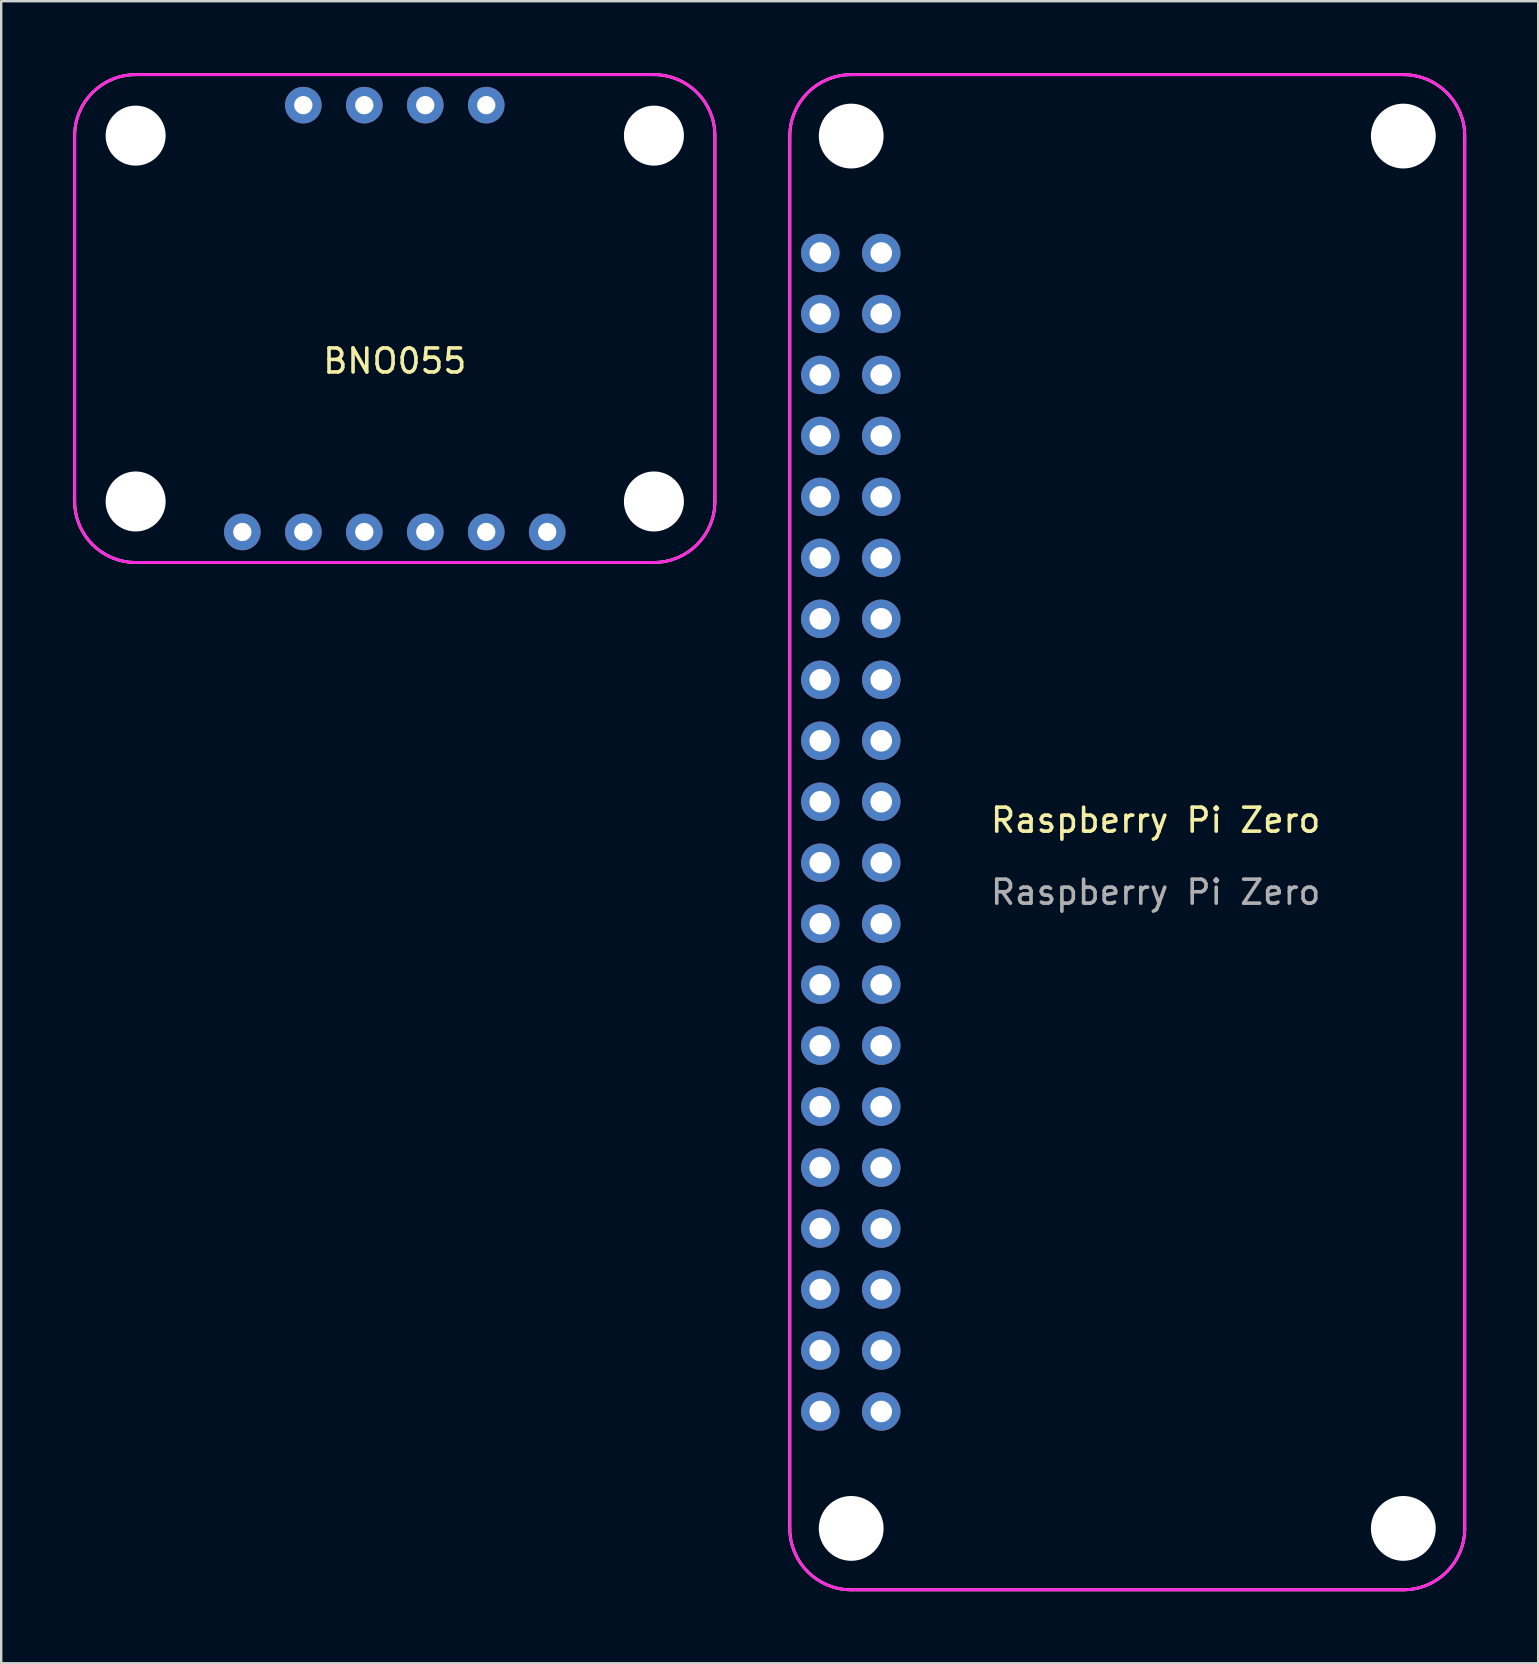
<source format=kicad_pcb>
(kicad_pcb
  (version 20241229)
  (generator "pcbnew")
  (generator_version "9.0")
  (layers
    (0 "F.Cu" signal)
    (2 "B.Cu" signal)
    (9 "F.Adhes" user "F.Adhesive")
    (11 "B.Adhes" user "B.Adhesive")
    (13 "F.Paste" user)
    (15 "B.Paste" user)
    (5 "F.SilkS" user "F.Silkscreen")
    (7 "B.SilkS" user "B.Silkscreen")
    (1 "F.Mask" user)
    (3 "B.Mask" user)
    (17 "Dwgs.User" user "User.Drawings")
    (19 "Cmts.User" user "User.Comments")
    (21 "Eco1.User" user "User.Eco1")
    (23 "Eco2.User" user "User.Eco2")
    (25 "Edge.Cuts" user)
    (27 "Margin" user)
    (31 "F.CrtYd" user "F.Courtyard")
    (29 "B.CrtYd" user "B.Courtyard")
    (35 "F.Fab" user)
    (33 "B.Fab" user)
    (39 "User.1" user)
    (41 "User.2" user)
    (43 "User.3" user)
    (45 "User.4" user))
  (footprint "Raspberry Pi Zero"
    (layer "F.Cu")
    (at 45.09 31.618)
    (property "Reference" "Raspberry Pi Zero" (at 0 -0.5 0) (unlocked yes) (layer "F.SilkS") (effects (font (size 1 1) (thickness 0.15))))
    (attr through_hole)
    (fp_line (start -15.24 29) (end -15.24 -29) (stroke (width 0.12) (type solid)) (layer "F.SilkS"))
    (fp_line (start -12.682 31.558) (end 10.318 31.558) (stroke (width 0.12) (type solid)) (layer "F.SilkS"))
    (fp_line (start 10.318 -31.558) (end -12.682 -31.558) (stroke (width 0.12) (type solid)) (layer "F.SilkS"))
    (fp_line (start 12.876 29) (end 12.876 -29) (stroke (width 0.12) (type solid)) (layer "F.SilkS"))
    (fp_arc (start -15.24 -29) (mid -14.490779 -30.808779) (end -12.682 -31.558) (stroke (width 0.12) (type solid)) (layer "F.SilkS"))
    (fp_arc (start -12.682 31.558) (mid -14.490779 30.808779) (end -15.24 29) (stroke (width 0.12) (type solid)) (layer "F.SilkS"))
    (fp_arc (start 10.318 -31.558) (mid 12.126779 -30.808779) (end 12.876 -29) (stroke (width 0.12) (type solid)) (layer "F.SilkS"))
    (fp_arc (start 12.876 29) (mid 12.126779 30.808779) (end 10.318 31.558) (stroke (width 0.12) (type solid)) (layer "F.SilkS"))
    (fp_line (start -15.24 29) (end -15.24 -29) (stroke (width 0.12) (type solid)) (layer "F.CrtYd"))
    (fp_line (start -12.682 31.558) (end 10.318 31.558) (stroke (width 0.12) (type solid)) (layer "F.CrtYd"))
    (fp_line (start 10.318 -31.558) (end -12.682 -31.558) (stroke (width 0.12) (type solid)) (layer "F.CrtYd"))
    (fp_line (start 12.876 29) (end 12.876 -29) (stroke (width 0.12) (type solid)) (layer "F.CrtYd"))
    (fp_arc (start -15.24 -29) (mid -14.490779 -30.808779) (end -12.682 -31.558) (stroke (width 0.12) (type solid)) (layer "F.CrtYd"))
    (fp_arc (start -12.682 31.558) (mid -14.490779 30.808779) (end -15.24 29) (stroke (width 0.12) (type solid)) (layer "F.CrtYd"))
    (fp_arc (start 10.318 -31.558) (mid 12.126779 -30.808779) (end 12.876 -29) (stroke (width 0.12) (type solid)) (layer "F.CrtYd"))
    (fp_arc (start 12.876 29) (mid 12.126779 30.808779) (end 10.318 31.558) (stroke (width 0.12) (type solid)) (layer "F.CrtYd"))
    (fp_text user "${REFERENCE}" (at 0 2.5 0) (unlocked yes) (layer "F.Fab") (effects (font (size 1 1) (thickness 0.15))))
    (pad "" np_thru_hole circle (at -12.682 -29) (size 2.7 2.7) (drill 2.7) (layers "*.Cu" "*.Mask"))
    (pad "" np_thru_hole circle (at -12.682 29) (size 2.7 2.7) (drill 2.7) (layers "*.Cu" "*.Mask"))
    (pad "" np_thru_hole circle (at 10.318 -29) (size 2.7 2.7) (drill 2.7) (layers "*.Cu" "*.Mask"))
    (pad "" np_thru_hole circle (at 10.318 29) (size 2.7 2.7) (drill 2.7) (layers "*.Cu" "*.Mask"))
    (pad "1" thru_hole circle (at -11.43 24.13) (size 1.6 1.6) (drill 0.9) (layers "*.Cu" "*.Mask"))
    (pad "2" thru_hole circle (at -13.97 24.13) (size 1.6 1.6) (drill 0.9) (layers "*.Cu" "*.Mask"))
    (pad "3" thru_hole circle (at -11.43 21.59) (size 1.6 1.6) (drill 0.9) (layers "*.Cu" "*.Mask"))
    (pad "4" thru_hole circle (at -13.97 21.59) (size 1.6 1.6) (drill 0.9) (layers "*.Cu" "*.Mask"))
    (pad "5" thru_hole circle (at -11.43 19.05) (size 1.6 1.6) (drill 0.9) (layers "*.Cu" "*.Mask"))
    (pad "6" thru_hole circle (at -13.97 19.05) (size 1.6 1.6) (drill 0.9) (layers "*.Cu" "*.Mask"))
    (pad "7" thru_hole circle (at -11.43 16.51) (size 1.6 1.6) (drill 0.9) (layers "*.Cu" "*.Mask"))
    (pad "8" thru_hole circle (at -13.97 16.51) (size 1.6 1.6) (drill 0.9) (layers "*.Cu" "*.Mask"))
    (pad "9" thru_hole circle (at -11.43 13.97) (size 1.6 1.6) (drill 0.9) (layers "*.Cu" "*.Mask"))
    (pad "10" thru_hole circle (at -13.97 13.97) (size 1.6 1.6) (drill 0.9) (layers "*.Cu" "*.Mask"))
    (pad "11" thru_hole circle (at -11.43 11.43) (size 1.6 1.6) (drill 0.9) (layers "*.Cu" "*.Mask"))
    (pad "12" thru_hole circle (at -13.97 11.43) (size 1.6 1.6) (drill 0.9) (layers "*.Cu" "*.Mask"))
    (pad "13" thru_hole circle (at -11.43 8.89) (size 1.6 1.6) (drill 0.9) (layers "*.Cu" "*.Mask"))
    (pad "14" thru_hole circle (at -13.97 8.89) (size 1.6 1.6) (drill 0.9) (layers "*.Cu" "*.Mask"))
    (pad "15" thru_hole circle (at -11.43 6.35) (size 1.6 1.6) (drill 0.9) (layers "*.Cu" "*.Mask"))
    (pad "16" thru_hole circle (at -13.97 6.35) (size 1.6 1.6) (drill 0.9) (layers "*.Cu" "*.Mask"))
    (pad "17" thru_hole circle (at -11.43 3.81) (size 1.6 1.6) (drill 0.9) (layers "*.Cu" "*.Mask"))
    (pad "18" thru_hole circle (at -13.97 3.81) (size 1.6 1.6) (drill 0.9) (layers "*.Cu" "*.Mask"))
    (pad "19" thru_hole circle (at -11.43 1.27) (size 1.6 1.6) (drill 0.9) (layers "*.Cu" "*.Mask"))
    (pad "20" thru_hole circle (at -13.97 1.27) (size 1.6 1.6) (drill 0.9) (layers "*.Cu" "*.Mask"))
    (pad "21" thru_hole circle (at -11.43 -1.27) (size 1.6 1.6) (drill 0.9) (layers "*.Cu" "*.Mask"))
    (pad "22" thru_hole circle (at -13.97 -1.27) (size 1.6 1.6) (drill 0.9) (layers "*.Cu" "*.Mask"))
    (pad "23" thru_hole circle (at -11.43 -3.81) (size 1.6 1.6) (drill 0.9) (layers "*.Cu" "*.Mask"))
    (pad "24" thru_hole circle (at -13.97 -3.81) (size 1.6 1.6) (drill 0.9) (layers "*.Cu" "*.Mask"))
    (pad "25" thru_hole circle (at -11.43 -6.35) (size 1.6 1.6) (drill 0.9) (layers "*.Cu" "*.Mask"))
    (pad "26" thru_hole circle (at -13.97 -6.35) (size 1.6 1.6) (drill 0.9) (layers "*.Cu" "*.Mask"))
    (pad "27" thru_hole circle (at -11.43 -8.89) (size 1.6 1.6) (drill 0.9) (layers "*.Cu" "*.Mask"))
    (pad "28" thru_hole circle (at -13.97 -8.89) (size 1.6 1.6) (drill 0.9) (layers "*.Cu" "*.Mask"))
    (pad "29" thru_hole circle (at -11.43 -11.43) (size 1.6 1.6) (drill 0.9) (layers "*.Cu" "*.Mask"))
    (pad "30" thru_hole circle (at -13.97 -11.43) (size 1.6 1.6) (drill 0.9) (layers "*.Cu" "*.Mask"))
    (pad "31" thru_hole circle (at -11.43 -13.97) (size 1.6 1.6) (drill 0.9) (layers "*.Cu" "*.Mask"))
    (pad "32" thru_hole circle (at -13.97 -13.97) (size 1.6 1.6) (drill 0.9) (layers "*.Cu" "*.Mask"))
    (pad "33" thru_hole circle (at -11.43 -16.51) (size 1.6 1.6) (drill 0.9) (layers "*.Cu" "*.Mask"))
    (pad "34" thru_hole circle (at -13.97 -16.51) (size 1.6 1.6) (drill 0.9) (layers "*.Cu" "*.Mask"))
    (pad "35" thru_hole circle (at -11.43 -19.05) (size 1.6 1.6) (drill 0.9) (layers "*.Cu" "*.Mask"))
    (pad "36" thru_hole circle (at -13.97 -19.05) (size 1.6 1.6) (drill 0.9) (layers "*.Cu" "*.Mask"))
    (pad "37" thru_hole circle (at -11.43 -21.59) (size 1.6 1.6) (drill 0.9) (layers "*.Cu" "*.Mask"))
    (pad "38" thru_hole circle (at -13.97 -21.59) (size 1.6 1.6) (drill 0.9) (layers "*.Cu" "*.Mask"))
    (pad "39" thru_hole circle (at -11.43 -24.13) (size 1.6 1.6) (drill 0.9) (layers "*.Cu" "*.Mask"))
    (pad "40" thru_hole circle (at -13.97 -24.13) (size 1.6 1.6) (drill 0.9) (layers "*.Cu" "*.Mask")))
  (footprint "BNO055"
    (layer "F.Cu")
    (at 13.395 10.22)
    (property "Reference" "BNO055" (at 0 1.77 0) (layer "F.SilkS") (effects (font (size 1 1) (thickness 0.15))))
    (attr through_hole)
    (fp_line (start -13.335 7.62) (end -13.335 -7.62) (stroke (width 0.12) (type solid)) (layer "F.SilkS"))
    (fp_line (start -10.795 -10.16) (end 10.795 -10.16) (stroke (width 0.12) (type solid)) (layer "F.SilkS"))
    (fp_line (start 10.795 10.16) (end -10.795 10.16) (stroke (width 0.12) (type solid)) (layer "F.SilkS"))
    (fp_line (start 13.335 -7.62) (end 13.335 7.62) (stroke (width 0.12) (type solid)) (layer "F.SilkS"))
    (fp_arc (start -13.335 -7.62) (mid -12.591051 -9.416051) (end -10.795 -10.16) (stroke (width 0.12) (type solid)) (layer "F.SilkS"))
    (fp_arc (start -10.795 10.16) (mid -12.591051 9.416051) (end -13.335 7.62) (stroke (width 0.12) (type solid)) (layer "F.SilkS"))
    (fp_arc (start 10.795 -10.16) (mid 12.591051 -9.416051) (end 13.335 -7.62) (stroke (width 0.12) (type solid)) (layer "F.SilkS"))
    (fp_arc (start 13.335 7.62) (mid 12.591051 9.416051) (end 10.795 10.16) (stroke (width 0.12) (type solid)) (layer "F.SilkS"))
    (fp_line (start -13.335 7.62) (end -13.335 -7.62) (stroke (width 0.12) (type solid)) (layer "F.CrtYd"))
    (fp_line (start -10.795 -10.16) (end 10.795 -10.16) (stroke (width 0.12) (type solid)) (layer "F.CrtYd"))
    (fp_line (start 10.795 10.16) (end -10.795 10.16) (stroke (width 0.12) (type solid)) (layer "F.CrtYd"))
    (fp_line (start 13.335 -7.62) (end 13.335 7.62) (stroke (width 0.12) (type solid)) (layer "F.CrtYd"))
    (fp_arc (start -13.335 -7.62) (mid -12.591051 -9.416051) (end -10.795 -10.16) (stroke (width 0.12) (type solid)) (layer "F.CrtYd"))
    (fp_arc (start -10.795 10.16) (mid -12.591051 9.416051) (end -13.335 7.62) (stroke (width 0.12) (type solid)) (layer "F.CrtYd"))
    (fp_arc (start 10.795 -10.16) (mid 12.591051 -9.416051) (end 13.335 -7.62) (stroke (width 0.12) (type solid)) (layer "F.CrtYd"))
    (fp_arc (start 13.335 7.62) (mid 12.591051 9.416051) (end 10.795 10.16) (stroke (width 0.12) (type solid)) (layer "F.CrtYd"))
    (pad "" np_thru_hole circle (at -10.795 -7.62) (size 2.5 2.5) (drill 2.5) (layers "*.Cu" "*.Mask"))
    (pad "" np_thru_hole circle (at -10.795 7.62) (size 2.5 2.5) (drill 2.5) (layers "*.Cu" "*.Mask" "Eco2.User"))
    (pad "" np_thru_hole circle (at 10.795 -7.62) (size 2.5 2.5) (drill 2.5) (layers "*.Cu" "*.Mask"))
    (pad "" np_thru_hole circle (at 10.795 7.62) (size 2.5 2.5) (drill 2.5) (layers "*.Cu" "*.Mask"))
    (pad "1" thru_hole circle (at -6.35 8.89) (size 1.524 1.524) (drill 0.762) (layers "*.Cu" "*.Mask"))
    (pad "2" thru_hole circle (at -3.81 8.89) (size 1.524 1.524) (drill 0.762) (layers "*.Cu" "*.Mask"))
    (pad "3" thru_hole circle (at -1.27 8.89) (size 1.524 1.524) (drill 0.762) (layers "*.Cu" "*.Mask"))
    (pad "4" thru_hole circle (at 1.27 8.89) (size 1.524 1.524) (drill 0.762) (layers "*.Cu" "*.Mask"))
    (pad "5" thru_hole circle (at 3.81 8.89) (size 1.524 1.524) (drill 0.762) (layers "*.Cu" "*.Mask"))
    (pad "6" thru_hole circle (at 6.35 8.89) (size 1.524 1.524) (drill 0.762) (layers "*.Cu" "*.Mask"))
    (pad "7" thru_hole circle (at 3.81 -8.89) (size 1.524 1.524) (drill 0.762) (layers "*.Cu" "*.Mask"))
    (pad "8" thru_hole circle (at 1.27 -8.89) (size 1.524 1.524) (drill 0.762) (layers "*.Cu" "*.Mask"))
    (pad "9" thru_hole circle (at -1.27 -8.89) (size 1.524 1.524) (drill 0.762) (layers "*.Cu" "*.Mask"))
    (pad "10" thru_hole circle (at -3.81 -8.89) (size 1.524 1.524) (drill 0.762) (layers "*.Cu" "*.Mask")))
  (gr_rect
    (start -3 -3)
    (end 61.026 66.236)
    (stroke (width 0.1) (type default))
    (fill no)
    (layer "Edge.Cuts")))
</source>
